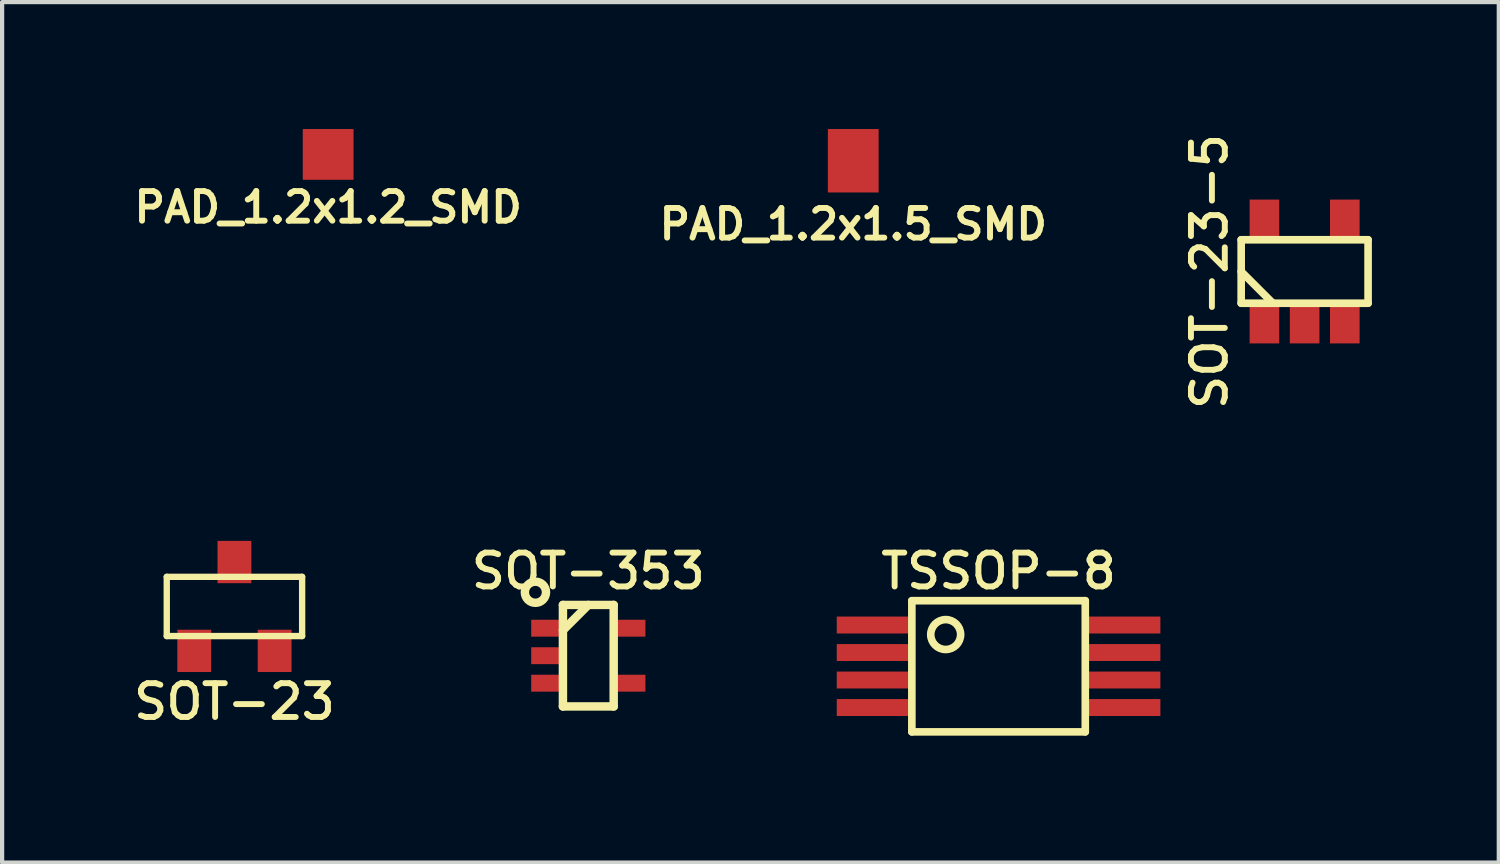
<source format=kicad_pcb>
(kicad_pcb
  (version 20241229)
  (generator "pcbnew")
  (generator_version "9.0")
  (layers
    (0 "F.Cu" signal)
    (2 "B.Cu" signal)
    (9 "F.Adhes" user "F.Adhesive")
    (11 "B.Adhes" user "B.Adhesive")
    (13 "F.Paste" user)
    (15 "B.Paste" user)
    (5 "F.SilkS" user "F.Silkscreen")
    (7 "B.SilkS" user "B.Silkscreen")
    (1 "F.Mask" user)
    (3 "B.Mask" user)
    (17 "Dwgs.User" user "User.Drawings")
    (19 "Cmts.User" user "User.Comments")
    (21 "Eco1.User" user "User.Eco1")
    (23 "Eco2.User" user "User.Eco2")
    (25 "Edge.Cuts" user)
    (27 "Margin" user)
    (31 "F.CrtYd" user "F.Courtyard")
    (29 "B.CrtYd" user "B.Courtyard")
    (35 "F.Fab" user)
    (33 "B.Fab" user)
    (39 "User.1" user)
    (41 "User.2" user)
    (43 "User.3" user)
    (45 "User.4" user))
  (footprint "PAD_1.2x1.5_SMD"
    (layer "F.Cu")
    (at 17.12 0.75)
    (property "Reference" "PAD_1.2x1.5_SMD" (at 0 1.5 0) (layer "F.SilkS") (effects (font (size 0.7 0.7) (thickness 0.14))))
    (attr through_hole)
    (pad "1" smd rect (at 0 0) (size 1.2 1.5) (layers "F.Cu" "F.Mask")))
  (footprint "SOT-353"
    (layer "F.Cu")
    (at 10.857 12.45)
    (property "Reference" "SOT-353" (at 0 -2 0) (layer "F.SilkS") (effects (font (size 0.8 0.8) (thickness 0.14))))
    (attr through_hole)
    (fp_line (start -0.6 -1.2) (end -0.6 1.2) (stroke (width 0.2) (type solid)) (layer "F.SilkS"))
    (fp_line (start -0.6 1.2) (end 0.6 1.2) (stroke (width 0.2) (type solid)) (layer "F.SilkS"))
    (fp_line (start 0 -1.2) (end -0.6 -0.6) (stroke (width 0.2) (type solid)) (layer "F.SilkS"))
    (fp_line (start 0.6 -1.2) (end -0.6 -1.2) (stroke (width 0.2) (type solid)) (layer "F.SilkS"))
    (fp_line (start 0.6 1.2) (end 0.6 -1.2) (stroke (width 0.2) (type solid)) (layer "F.SilkS"))
    (fp_circle (center -1.25 -1.5) (end -1 -1.5) (stroke (width 0.2) (type solid)) (fill no) (layer "F.SilkS"))
    (pad "1" smd rect (at -0.95 -0.65) (size 0.8 0.4) (layers "F.Cu" "F.Mask" "F.Paste"))
    (pad "2" smd rect (at -0.95 0) (size 0.8 0.4) (layers "F.Cu" "F.Mask" "F.Paste"))
    (pad "3" smd rect (at -0.95 0.65) (size 0.8 0.4) (layers "F.Cu" "F.Mask" "F.Paste"))
    (pad "4" smd rect (at 0.95 0.65) (size 0.8 0.4) (layers "F.Cu" "F.Mask" "F.Paste"))
    (pad "5" smd rect (at 0.95 -0.65) (size 0.8 0.4) (layers "F.Cu" "F.Mask" "F.Paste")))
  (footprint "PAD_1.2x1.2_SMD"
    (layer "F.Cu")
    (at 4.707 0.6)
    (property "Reference" "PAD_1.2x1.2_SMD" (at 0 1.25 0) (layer "F.SilkS") (effects (font (size 0.7 0.7) (thickness 0.14))))
    (attr through_hole)
    (pad "1" smd rect (at 0 0) (size 1.2 1.2) (layers "F.Cu" "F.Mask")))
  (footprint "TSSOP-8"
    (layer "F.Cu")
    (at 20.555 12.7)
    (property "Reference" "TSSOP-8" (at 0 -2.25 0) (layer "F.SilkS") (effects (font (size 0.8 0.8) (thickness 0.14))))
    (attr through_hole)
    (fp_line (start -2.05 -1.55) (end -2.05 1.55) (stroke (width 0.18) (type solid)) (layer "F.SilkS"))
    (fp_line (start -2.05 1.55) (end 2.05 1.55) (stroke (width 0.18) (type solid)) (layer "F.SilkS"))
    (fp_line (start 2.05 -1.55) (end -2.05 -1.55) (stroke (width 0.18) (type solid)) (layer "F.SilkS"))
    (fp_line (start 2.05 -1.55) (end 2.05 1.55) (stroke (width 0.18) (type solid)) (layer "F.SilkS"))
    (fp_circle (center -1.25 -0.75) (end -1 -0.5) (stroke (width 0.18) (type solid)) (fill no) (layer "F.SilkS"))
    (pad "1" smd rect (at -2.975 -0.975) (size 1.7 0.4) (layers "F.Cu" "F.Mask" "F.Paste"))
    (pad "2" smd rect (at -2.975 -0.325) (size 1.7 0.4) (layers "F.Cu" "F.Mask" "F.Paste"))
    (pad "3" smd rect (at -2.975 0.325) (size 1.7 0.4) (layers "F.Cu" "F.Mask" "F.Paste"))
    (pad "4" smd rect (at -2.975 0.975) (size 1.7 0.4) (layers "F.Cu" "F.Mask" "F.Paste"))
    (pad "5" smd rect (at 2.975 0.975) (size 1.7 0.4) (layers "F.Cu" "F.Mask" "F.Paste"))
    (pad "6" smd rect (at 2.975 0.325) (size 1.7 0.4) (layers "F.Cu" "F.Mask" "F.Paste"))
    (pad "7" smd rect (at 2.975 -0.325) (size 1.7 0.4) (layers "F.Cu" "F.Mask" "F.Paste"))
    (pad "8" smd rect (at 2.975 -0.975) (size 1.7 0.4) (layers "F.Cu" "F.Mask" "F.Paste")))
  (footprint "SOT-23"
    (layer "F.Cu")
    (at 2.492 11.286)
    (property "Reference" "SOT-23" (at 0 2.25 0) (layer "F.SilkS") (effects (font (size 0.8 0.8) (thickness 0.14))))
    (attr through_hole)
    (fp_line (start -1.6 -0.7) (end -1.6 0.7) (stroke (width 0.15) (type solid)) (layer "F.SilkS"))
    (fp_line (start -1.6 0.7) (end 1.6 0.7) (stroke (width 0.15) (type solid)) (layer "F.SilkS"))
    (fp_line (start 1.6 -0.7) (end -1.6 -0.7) (stroke (width 0.15) (type solid)) (layer "F.SilkS"))
    (fp_line (start 1.6 0.7) (end 1.6 -0.7) (stroke (width 0.15) (type solid)) (layer "F.SilkS"))
    (pad "1" smd rect (at -0.95 1.05) (size 0.8 1) (layers "F.Cu" "F.Mask" "F.Paste"))
    (pad "2" smd rect (at 0.95 1.05) (size 0.8 1) (layers "F.Cu" "F.Mask" "F.Paste"))
    (pad "3" smd rect (at 0 -1.05) (size 0.8 1) (layers "F.Cu" "F.Mask" "F.Paste")))
  (footprint "SOT-23-5"
    (layer "F.Cu")
    (at 27.79 3.368)
    (property "Reference" "SOT-23-5" (at -2.25 0 90) (layer "F.SilkS") (effects (font (size 0.8 0.8) (thickness 0.14))))
    (attr through_hole)
    (fp_line (start -1.5 -0.75) (end -1.5 0.75) (stroke (width 0.18) (type solid)) (layer "F.SilkS"))
    (fp_line (start -1.5 -0.75) (end 1.5 -0.75) (stroke (width 0.18) (type solid)) (layer "F.SilkS"))
    (fp_line (start -1.5 0) (end -0.75 0.75) (stroke (width 0.18) (type solid)) (layer "F.SilkS"))
    (fp_line (start 1.5 -0.75) (end 1.5 0.75) (stroke (width 0.18) (type solid)) (layer "F.SilkS"))
    (fp_line (start 1.5 0.75) (end -1.5 0.75) (stroke (width 0.18) (type solid)) (layer "F.SilkS"))
    (pad "1" smd rect (at -0.95 1.2) (size 0.7 1) (layers "F.Cu" "F.Mask" "F.Paste"))
    (pad "2" smd rect (at 0 1.2) (size 0.7 1) (layers "F.Cu" "F.Mask" "F.Paste"))
    (pad "3" smd rect (at 0.95 1.2) (size 0.7 1) (layers "F.Cu" "F.Mask" "F.Paste"))
    (pad "4" smd rect (at 0.95 -1.2) (size 0.7 1) (layers "F.Cu" "F.Mask" "F.Paste"))
    (pad "5" smd rect (at -0.95 -1.2) (size 0.7 1) (layers "F.Cu" "F.Mask" "F.Paste")))
  (gr_rect
    (start -3 -3)
    (end 32.38 17.34)
    (stroke (width 0.1) (type default))
    (fill no)
    (layer "Edge.Cuts")))
</source>
